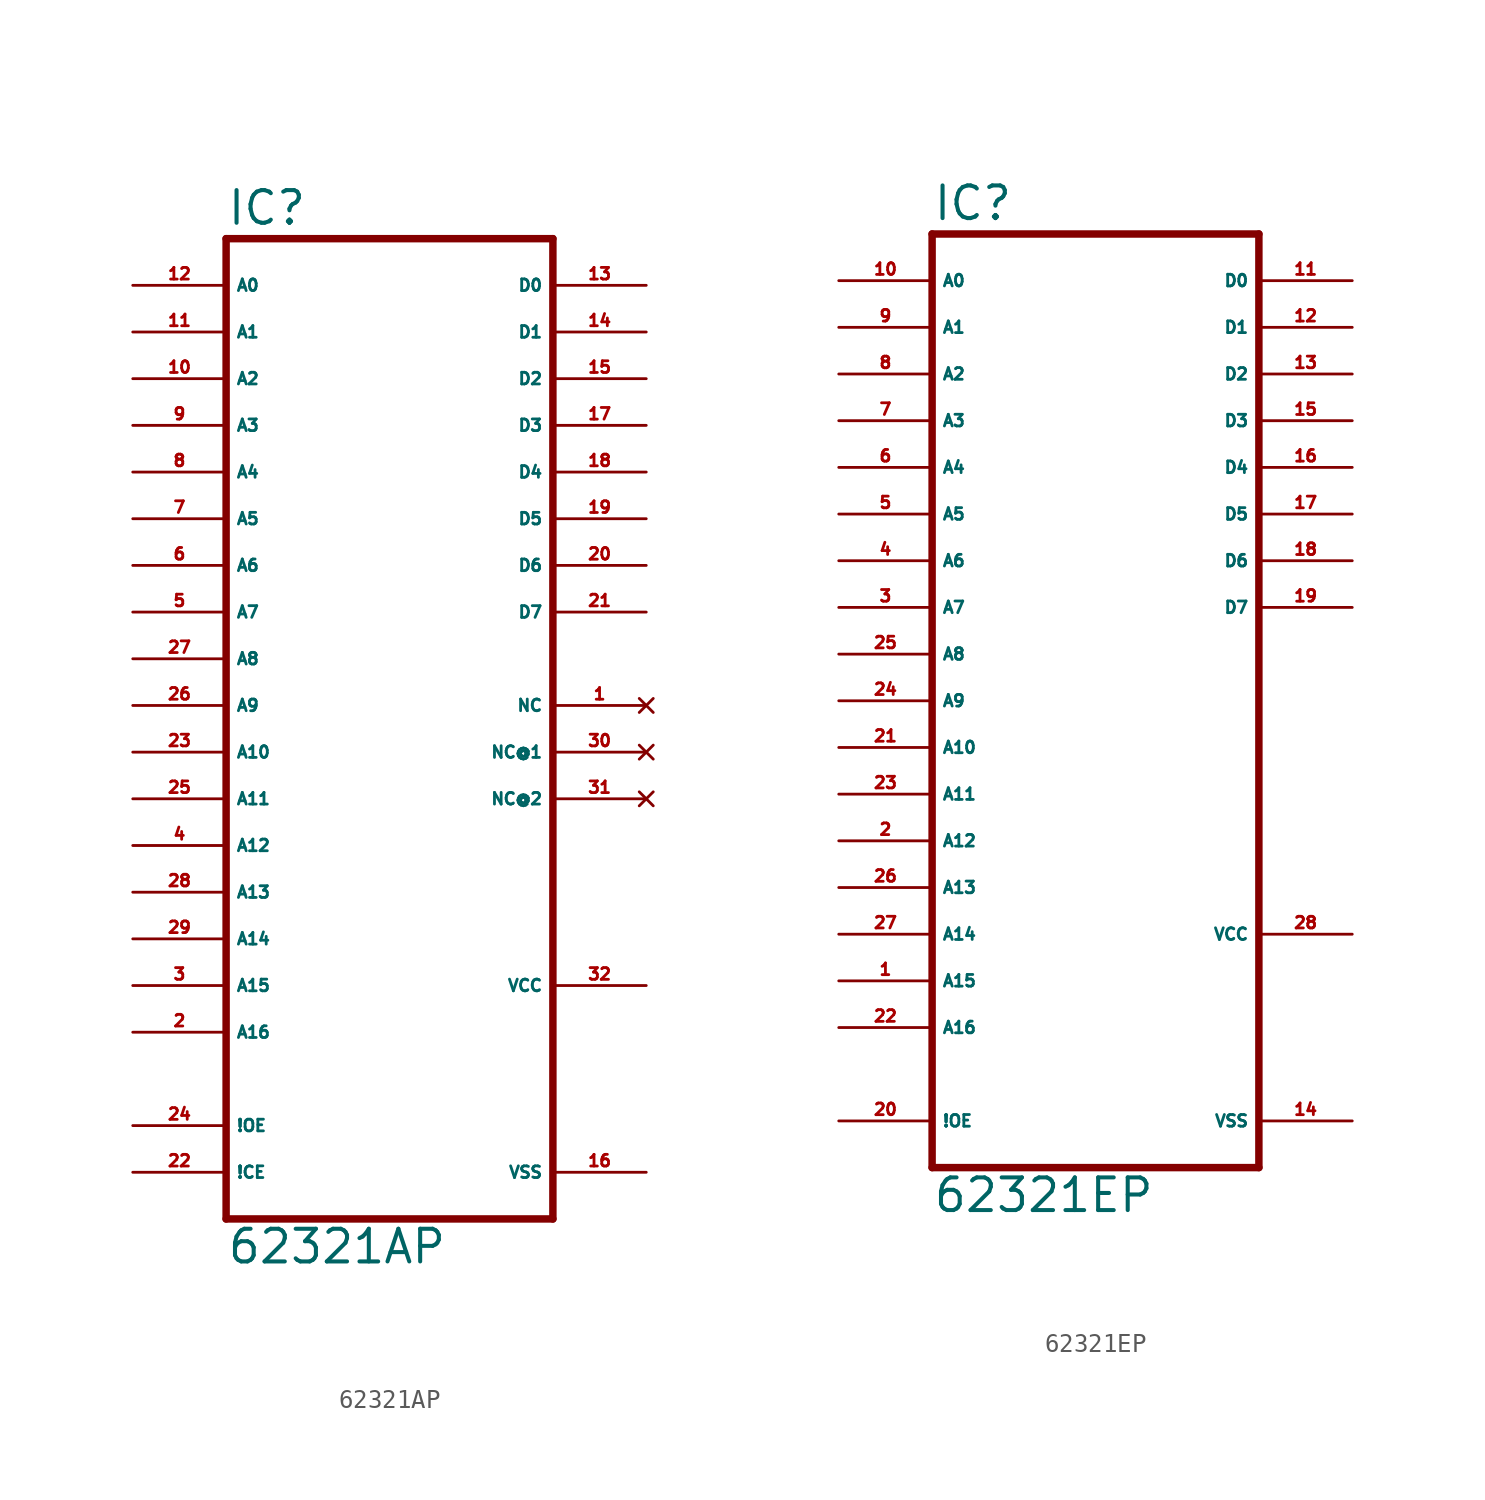
<source format=kicad_sym>
(kicad_symbol_lib
  (version 20220914)
  (generator Eagle2Kicad)
  (symbol "62321AP"
    (property "Reference" "IC"
      (at -10.16 26.035 0)
      (effects (font (size 1.778 1.778) (thickness 0.22)) (justify left bottom)))
    (property "Value" "62321AP"
      (at -10.16 -30.48 0)
      (effects (font (size 1.778 1.778) (thickness 0.22)) (justify left bottom)))
    (polyline
      (pts (xy -10.16 -27.94) (xy 7.62 -27.94))
      (stroke (width 0.406) (type default))
      (fill (type none)))
    (polyline
      (pts (xy 7.62 25.4) (xy 7.62 -27.94))
      (stroke (width 0.406) (type default))
      (fill (type none)))
    (polyline
      (pts (xy 7.62 25.4) (xy -10.16 25.4))
      (stroke (width 0.406) (type default))
      (fill (type none)))
    (polyline
      (pts (xy -10.16 -27.94) (xy -10.16 25.4))
      (stroke (width 0.406) (type default))
      (fill (type none)))
    (pin input line
      (at -15.24 22.86 0)
      (length 5.08)
      (name "A0" (effects (font (size 0.635 0.635) (thickness 0.08)) (justify left bottom)))
      (number "12" (effects (font (size 0.635 0.635) (thickness 0.08)) (justify left bottom))))
    (pin input line
      (at -15.24 20.32 0)
      (length 5.08)
      (name "A1" (effects (font (size 0.635 0.635) (thickness 0.08)) (justify left bottom)))
      (number "11" (effects (font (size 0.635 0.635) (thickness 0.08)) (justify left bottom))))
    (pin input line
      (at -15.24 17.78 0)
      (length 5.08)
      (name "A2" (effects (font (size 0.635 0.635) (thickness 0.08)) (justify left bottom)))
      (number "10" (effects (font (size 0.635 0.635) (thickness 0.08)) (justify left bottom))))
    (pin input line
      (at -15.24 15.24 0)
      (length 5.08)
      (name "A3" (effects (font (size 0.635 0.635) (thickness 0.08)) (justify left bottom)))
      (number "9" (effects (font (size 0.635 0.635) (thickness 0.08)) (justify left bottom))))
    (pin input line
      (at -15.24 12.7 0)
      (length 5.08)
      (name "A4" (effects (font (size 0.635 0.635) (thickness 0.08)) (justify left bottom)))
      (number "8" (effects (font (size 0.635 0.635) (thickness 0.08)) (justify left bottom))))
    (pin input line
      (at -15.24 10.16 0)
      (length 5.08)
      (name "A5" (effects (font (size 0.635 0.635) (thickness 0.08)) (justify left bottom)))
      (number "7" (effects (font (size 0.635 0.635) (thickness 0.08)) (justify left bottom))))
    (pin input line
      (at -15.24 7.62 0)
      (length 5.08)
      (name "A6" (effects (font (size 0.635 0.635) (thickness 0.08)) (justify left bottom)))
      (number "6" (effects (font (size 0.635 0.635) (thickness 0.08)) (justify left bottom))))
    (pin input line
      (at -15.24 5.08 0)
      (length 5.08)
      (name "A7" (effects (font (size 0.635 0.635) (thickness 0.08)) (justify left bottom)))
      (number "5" (effects (font (size 0.635 0.635) (thickness 0.08)) (justify left bottom))))
    (pin input line
      (at -15.24 2.54 0)
      (length 5.08)
      (name "A8" (effects (font (size 0.635 0.635) (thickness 0.08)) (justify left bottom)))
      (number "27" (effects (font (size 0.635 0.635) (thickness 0.08)) (justify left bottom))))
    (pin input line
      (at -15.24 0 0)
      (length 5.08)
      (name "A9" (effects (font (size 0.635 0.635) (thickness 0.08)) (justify left bottom)))
      (number "26" (effects (font (size 0.635 0.635) (thickness 0.08)) (justify left bottom))))
    (pin input line
      (at -15.24 -2.54 0)
      (length 5.08)
      (name "A10" (effects (font (size 0.635 0.635) (thickness 0.08)) (justify left bottom)))
      (number "23" (effects (font (size 0.635 0.635) (thickness 0.08)) (justify left bottom))))
    (pin input line
      (at -15.24 -5.08 0)
      (length 5.08)
      (name "A11" (effects (font (size 0.635 0.635) (thickness 0.08)) (justify left bottom)))
      (number "25" (effects (font (size 0.635 0.635) (thickness 0.08)) (justify left bottom))))
    (pin input line
      (at -15.24 -7.62 0)
      (length 5.08)
      (name "A12" (effects (font (size 0.635 0.635) (thickness 0.08)) (justify left bottom)))
      (number "4" (effects (font (size 0.635 0.635) (thickness 0.08)) (justify left bottom))))
    (pin input line
      (at -15.24 -10.16 0)
      (length 5.08)
      (name "A13" (effects (font (size 0.635 0.635) (thickness 0.08)) (justify left bottom)))
      (number "28" (effects (font (size 0.635 0.635) (thickness 0.08)) (justify left bottom))))
    (pin input line
      (at -15.24 -12.7 0)
      (length 5.08)
      (name "A14" (effects (font (size 0.635 0.635) (thickness 0.08)) (justify left bottom)))
      (number "29" (effects (font (size 0.635 0.635) (thickness 0.08)) (justify left bottom))))
    (pin input line
      (at -15.24 -15.24 0)
      (length 5.08)
      (name "A15" (effects (font (size 0.635 0.635) (thickness 0.08)) (justify left bottom)))
      (number "3" (effects (font (size 0.635 0.635) (thickness 0.08)) (justify left bottom))))
    (pin input line
      (at -15.24 -17.78 0)
      (length 5.08)
      (name "A16" (effects (font (size 0.635 0.635) (thickness 0.08)) (justify left bottom)))
      (number "2" (effects (font (size 0.635 0.635) (thickness 0.08)) (justify left bottom))))
    (pin input line
      (at -15.24 -22.86 0)
      (length 5.08)
      (name "!OE" (effects (font (size 0.635 0.635) (thickness 0.08)) (justify left bottom)))
      (number "24" (effects (font (size 0.635 0.635) (thickness 0.08)) (justify left bottom))))
    (pin input line
      (at -15.24 -25.4 0)
      (length 5.08)
      (name "!CE" (effects (font (size 0.635 0.635) (thickness 0.08)) (justify left bottom)))
      (number "22" (effects (font (size 0.635 0.635) (thickness 0.08)) (justify left bottom))))
    (pin unspecified line
      (at 12.7 -25.4 180)
      (length 5.08)
      (name "VSS" (effects (font (size 0.635 0.635) (thickness 0.08)) (justify left bottom)))
      (number "16" (effects (font (size 0.635 0.635) (thickness 0.08)) (justify left bottom))))
    (pin unspecified line
      (at 12.7 -15.24 180)
      (length 5.08)
      (name "VCC" (effects (font (size 0.635 0.635) (thickness 0.08)) (justify left bottom)))
      (number "32" (effects (font (size 0.635 0.635) (thickness 0.08)) (justify left bottom))))
    (pin tri_state line
      (at 12.7 22.86 180)
      (length 5.08)
      (name "D0" (effects (font (size 0.635 0.635) (thickness 0.08)) (justify left bottom)))
      (number "13" (effects (font (size 0.635 0.635) (thickness 0.08)) (justify left bottom))))
    (pin tri_state line
      (at 12.7 20.32 180)
      (length 5.08)
      (name "D1" (effects (font (size 0.635 0.635) (thickness 0.08)) (justify left bottom)))
      (number "14" (effects (font (size 0.635 0.635) (thickness 0.08)) (justify left bottom))))
    (pin tri_state line
      (at 12.7 17.78 180)
      (length 5.08)
      (name "D2" (effects (font (size 0.635 0.635) (thickness 0.08)) (justify left bottom)))
      (number "15" (effects (font (size 0.635 0.635) (thickness 0.08)) (justify left bottom))))
    (pin tri_state line
      (at 12.7 15.24 180)
      (length 5.08)
      (name "D3" (effects (font (size 0.635 0.635) (thickness 0.08)) (justify left bottom)))
      (number "17" (effects (font (size 0.635 0.635) (thickness 0.08)) (justify left bottom))))
    (pin tri_state line
      (at 12.7 12.7 180)
      (length 5.08)
      (name "D4" (effects (font (size 0.635 0.635) (thickness 0.08)) (justify left bottom)))
      (number "18" (effects (font (size 0.635 0.635) (thickness 0.08)) (justify left bottom))))
    (pin tri_state line
      (at 12.7 10.16 180)
      (length 5.08)
      (name "D5" (effects (font (size 0.635 0.635) (thickness 0.08)) (justify left bottom)))
      (number "19" (effects (font (size 0.635 0.635) (thickness 0.08)) (justify left bottom))))
    (pin tri_state line
      (at 12.7 7.62 180)
      (length 5.08)
      (name "D6" (effects (font (size 0.635 0.635) (thickness 0.08)) (justify left bottom)))
      (number "20" (effects (font (size 0.635 0.635) (thickness 0.08)) (justify left bottom))))
    (pin tri_state line
      (at 12.7 5.08 180)
      (length 5.08)
      (name "D7" (effects (font (size 0.635 0.635) (thickness 0.08)) (justify left bottom)))
      (number "21" (effects (font (size 0.635 0.635) (thickness 0.08)) (justify left bottom))))
    (pin no_connect line
      (at 12.7 0 180)
      (length 5.08)
      (name "NC" (effects (font (size 0.635 0.635) (thickness 0.08)) (justify left bottom) hide))
      (number "1" (effects (font (size 0.635 0.635) (thickness 0.08)) (justify left bottom) hide)))
    (pin no_connect line
      (at 12.7 -2.54 180)
      (length 5.08)
      (name "NC@1" (effects (font (size 0.635 0.635) (thickness 0.08)) (justify left bottom) hide))
      (number "30" (effects (font (size 0.635 0.635) (thickness 0.08)) (justify left bottom) hide)))
    (pin no_connect line
      (at 12.7 -5.08 180)
      (length 5.08)
      (name "NC@2" (effects (font (size 0.635 0.635) (thickness 0.08)) (justify left bottom) hide))
      (number "31" (effects (font (size 0.635 0.635) (thickness 0.08)) (justify left bottom) hide))))
  (symbol "62321EP"
    (property "Reference" "IC"
      (at -10.16 26.035 0)
      (effects (font (size 1.778 1.778) (thickness 0.22)) (justify left bottom)))
    (property "Value" "62321EP"
      (at -10.16 -27.94 0)
      (effects (font (size 1.778 1.778) (thickness 0.22)) (justify left bottom)))
    (polyline
      (pts (xy -10.16 -25.4) (xy 7.62 -25.4))
      (stroke (width 0.406) (type default))
      (fill (type none)))
    (polyline
      (pts (xy 7.62 25.4) (xy 7.62 -25.4))
      (stroke (width 0.406) (type default))
      (fill (type none)))
    (polyline
      (pts (xy 7.62 25.4) (xy -10.16 25.4))
      (stroke (width 0.406) (type default))
      (fill (type none)))
    (polyline
      (pts (xy -10.16 -25.4) (xy -10.16 25.4))
      (stroke (width 0.406) (type default))
      (fill (type none)))
    (pin input line
      (at -15.24 22.86 0)
      (length 5.08)
      (name "A0" (effects (font (size 0.635 0.635) (thickness 0.08)) (justify left bottom)))
      (number "10" (effects (font (size 0.635 0.635) (thickness 0.08)) (justify left bottom))))
    (pin input line
      (at -15.24 20.32 0)
      (length 5.08)
      (name "A1" (effects (font (size 0.635 0.635) (thickness 0.08)) (justify left bottom)))
      (number "9" (effects (font (size 0.635 0.635) (thickness 0.08)) (justify left bottom))))
    (pin input line
      (at -15.24 17.78 0)
      (length 5.08)
      (name "A2" (effects (font (size 0.635 0.635) (thickness 0.08)) (justify left bottom)))
      (number "8" (effects (font (size 0.635 0.635) (thickness 0.08)) (justify left bottom))))
    (pin input line
      (at -15.24 15.24 0)
      (length 5.08)
      (name "A3" (effects (font (size 0.635 0.635) (thickness 0.08)) (justify left bottom)))
      (number "7" (effects (font (size 0.635 0.635) (thickness 0.08)) (justify left bottom))))
    (pin input line
      (at -15.24 12.7 0)
      (length 5.08)
      (name "A4" (effects (font (size 0.635 0.635) (thickness 0.08)) (justify left bottom)))
      (number "6" (effects (font (size 0.635 0.635) (thickness 0.08)) (justify left bottom))))
    (pin input line
      (at -15.24 10.16 0)
      (length 5.08)
      (name "A5" (effects (font (size 0.635 0.635) (thickness 0.08)) (justify left bottom)))
      (number "5" (effects (font (size 0.635 0.635) (thickness 0.08)) (justify left bottom))))
    (pin input line
      (at -15.24 7.62 0)
      (length 5.08)
      (name "A6" (effects (font (size 0.635 0.635) (thickness 0.08)) (justify left bottom)))
      (number "4" (effects (font (size 0.635 0.635) (thickness 0.08)) (justify left bottom))))
    (pin input line
      (at -15.24 5.08 0)
      (length 5.08)
      (name "A7" (effects (font (size 0.635 0.635) (thickness 0.08)) (justify left bottom)))
      (number "3" (effects (font (size 0.635 0.635) (thickness 0.08)) (justify left bottom))))
    (pin input line
      (at -15.24 2.54 0)
      (length 5.08)
      (name "A8" (effects (font (size 0.635 0.635) (thickness 0.08)) (justify left bottom)))
      (number "25" (effects (font (size 0.635 0.635) (thickness 0.08)) (justify left bottom))))
    (pin input line
      (at -15.24 0 0)
      (length 5.08)
      (name "A9" (effects (font (size 0.635 0.635) (thickness 0.08)) (justify left bottom)))
      (number "24" (effects (font (size 0.635 0.635) (thickness 0.08)) (justify left bottom))))
    (pin input line
      (at -15.24 -2.54 0)
      (length 5.08)
      (name "A10" (effects (font (size 0.635 0.635) (thickness 0.08)) (justify left bottom)))
      (number "21" (effects (font (size 0.635 0.635) (thickness 0.08)) (justify left bottom))))
    (pin input line
      (at -15.24 -5.08 0)
      (length 5.08)
      (name "A11" (effects (font (size 0.635 0.635) (thickness 0.08)) (justify left bottom)))
      (number "23" (effects (font (size 0.635 0.635) (thickness 0.08)) (justify left bottom))))
    (pin input line
      (at -15.24 -7.62 0)
      (length 5.08)
      (name "A12" (effects (font (size 0.635 0.635) (thickness 0.08)) (justify left bottom)))
      (number "2" (effects (font (size 0.635 0.635) (thickness 0.08)) (justify left bottom))))
    (pin input line
      (at -15.24 -10.16 0)
      (length 5.08)
      (name "A13" (effects (font (size 0.635 0.635) (thickness 0.08)) (justify left bottom)))
      (number "26" (effects (font (size 0.635 0.635) (thickness 0.08)) (justify left bottom))))
    (pin input line
      (at -15.24 -12.7 0)
      (length 5.08)
      (name "A14" (effects (font (size 0.635 0.635) (thickness 0.08)) (justify left bottom)))
      (number "27" (effects (font (size 0.635 0.635) (thickness 0.08)) (justify left bottom))))
    (pin input line
      (at -15.24 -15.24 0)
      (length 5.08)
      (name "A15" (effects (font (size 0.635 0.635) (thickness 0.08)) (justify left bottom)))
      (number "1" (effects (font (size 0.635 0.635) (thickness 0.08)) (justify left bottom))))
    (pin input line
      (at -15.24 -22.86 0)
      (length 5.08)
      (name "!OE" (effects (font (size 0.635 0.635) (thickness 0.08)) (justify left bottom)))
      (number "20" (effects (font (size 0.635 0.635) (thickness 0.08)) (justify left bottom))))
    (pin unspecified line
      (at 12.7 -22.86 180)
      (length 5.08)
      (name "VSS" (effects (font (size 0.635 0.635) (thickness 0.08)) (justify left bottom)))
      (number "14" (effects (font (size 0.635 0.635) (thickness 0.08)) (justify left bottom))))
    (pin unspecified line
      (at 12.7 -12.7 180)
      (length 5.08)
      (name "VCC" (effects (font (size 0.635 0.635) (thickness 0.08)) (justify left bottom)))
      (number "28" (effects (font (size 0.635 0.635) (thickness 0.08)) (justify left bottom))))
    (pin tri_state line
      (at 12.7 22.86 180)
      (length 5.08)
      (name "D0" (effects (font (size 0.635 0.635) (thickness 0.08)) (justify left bottom)))
      (number "11" (effects (font (size 0.635 0.635) (thickness 0.08)) (justify left bottom))))
    (pin tri_state line
      (at 12.7 20.32 180)
      (length 5.08)
      (name "D1" (effects (font (size 0.635 0.635) (thickness 0.08)) (justify left bottom)))
      (number "12" (effects (font (size 0.635 0.635) (thickness 0.08)) (justify left bottom))))
    (pin tri_state line
      (at 12.7 17.78 180)
      (length 5.08)
      (name "D2" (effects (font (size 0.635 0.635) (thickness 0.08)) (justify left bottom)))
      (number "13" (effects (font (size 0.635 0.635) (thickness 0.08)) (justify left bottom))))
    (pin tri_state line
      (at 12.7 15.24 180)
      (length 5.08)
      (name "D3" (effects (font (size 0.635 0.635) (thickness 0.08)) (justify left bottom)))
      (number "15" (effects (font (size 0.635 0.635) (thickness 0.08)) (justify left bottom))))
    (pin tri_state line
      (at 12.7 12.7 180)
      (length 5.08)
      (name "D4" (effects (font (size 0.635 0.635) (thickness 0.08)) (justify left bottom)))
      (number "16" (effects (font (size 0.635 0.635) (thickness 0.08)) (justify left bottom))))
    (pin tri_state line
      (at 12.7 10.16 180)
      (length 5.08)
      (name "D5" (effects (font (size 0.635 0.635) (thickness 0.08)) (justify left bottom)))
      (number "17" (effects (font (size 0.635 0.635) (thickness 0.08)) (justify left bottom))))
    (pin tri_state line
      (at 12.7 7.62 180)
      (length 5.08)
      (name "D6" (effects (font (size 0.635 0.635) (thickness 0.08)) (justify left bottom)))
      (number "18" (effects (font (size 0.635 0.635) (thickness 0.08)) (justify left bottom))))
    (pin tri_state line
      (at 12.7 5.08 180)
      (length 5.08)
      (name "D7" (effects (font (size 0.635 0.635) (thickness 0.08)) (justify left bottom)))
      (number "19" (effects (font (size 0.635 0.635) (thickness 0.08)) (justify left bottom))))
    (pin input line
      (at -15.24 -17.78 0)
      (length 5.08)
      (name "A16" (effects (font (size 0.635 0.635) (thickness 0.08)) (justify left bottom)))
      (number "22" (effects (font (size 0.635 0.635) (thickness 0.08)) (justify left bottom))))))
</source>
